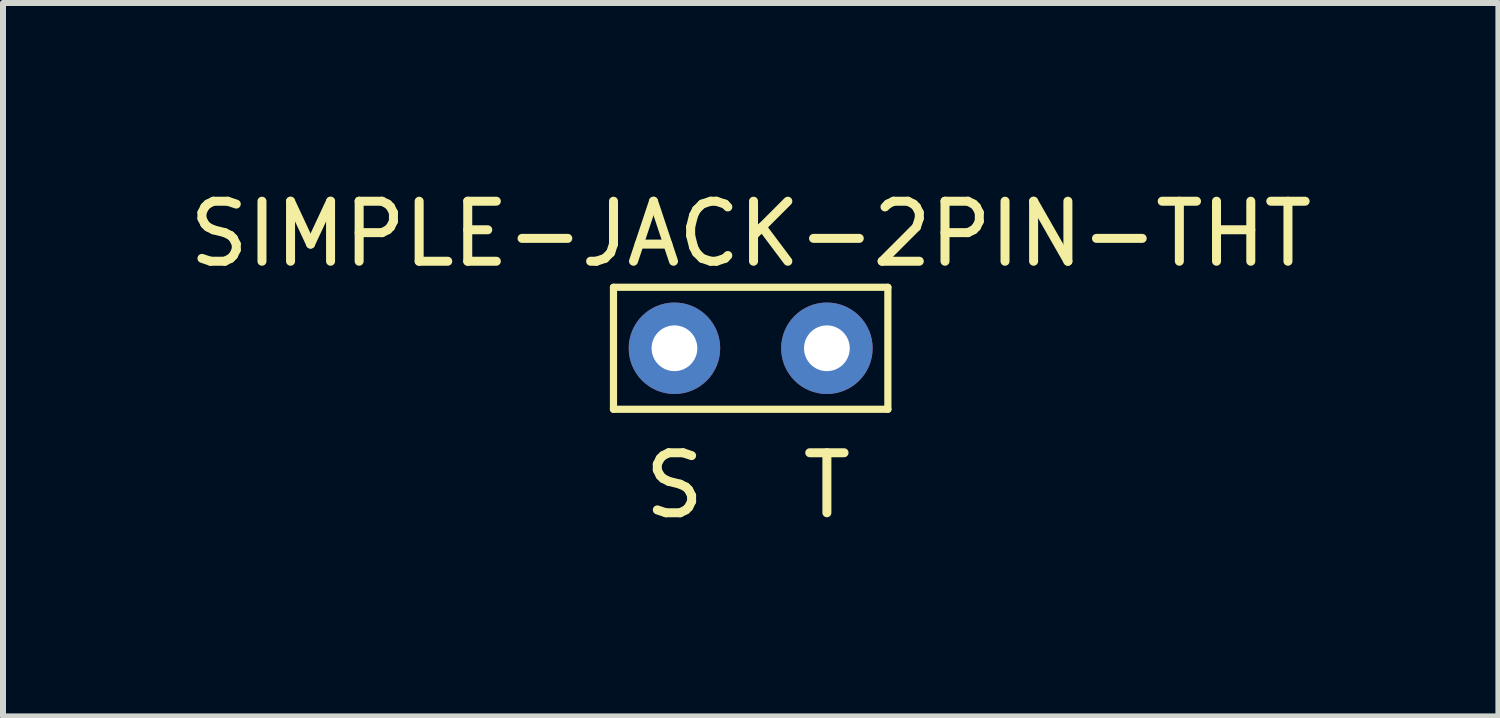
<source format=kicad_pcb>
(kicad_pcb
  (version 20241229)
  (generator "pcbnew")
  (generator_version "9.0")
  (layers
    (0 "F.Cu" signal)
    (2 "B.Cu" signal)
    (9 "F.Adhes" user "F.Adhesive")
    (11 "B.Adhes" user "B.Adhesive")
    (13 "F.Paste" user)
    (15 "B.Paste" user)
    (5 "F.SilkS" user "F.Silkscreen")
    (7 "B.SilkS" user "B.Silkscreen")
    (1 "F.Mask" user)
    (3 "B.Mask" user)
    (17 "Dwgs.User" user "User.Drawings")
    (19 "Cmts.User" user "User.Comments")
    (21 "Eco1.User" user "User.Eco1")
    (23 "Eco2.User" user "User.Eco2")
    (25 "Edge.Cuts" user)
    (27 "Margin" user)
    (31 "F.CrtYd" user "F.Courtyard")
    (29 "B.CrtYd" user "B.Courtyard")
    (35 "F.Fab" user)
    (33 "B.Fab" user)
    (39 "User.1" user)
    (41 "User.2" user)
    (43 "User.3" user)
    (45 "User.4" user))
  (footprint "SIMPLE-JACK-2PIN-THT"
    (layer "F.Cu")
    (at 9.458 2.753)
    (property "Reference" "SIMPLE-JACK-2PIN-THT" (at 0 -1.905 0) (layer "F.SilkS") (effects (font (size 1 1) (thickness 0.15))))
    (attr through_hole)
    (fp_line (start -2.286 -1.016) (end -2.286 1.016) (stroke (width 0.12) (type solid)) (layer "F.SilkS"))
    (fp_line (start -2.286 -1.016) (end 2.286 -1.016) (stroke (width 0.12) (type solid)) (layer "F.SilkS"))
    (fp_line (start 2.286 -1.016) (end 2.286 1.016) (stroke (width 0.12) (type solid)) (layer "F.SilkS"))
    (fp_line (start 2.286 1.016) (end -2.286 1.016) (stroke (width 0.12) (type solid)) (layer "F.SilkS"))
    (fp_text user "S" (at -1.27 2.286 0) (layer "F.SilkS") (effects (font (size 1 1) (thickness 0.15))))
    (fp_text user "T" (at 1.27 2.286 0) (layer "F.SilkS") (effects (font (size 1 1) (thickness 0.15))))
    (pad "S" thru_hole circle (at -1.27 0) (size 1.524 1.524) (drill 0.762) (layers "*.Cu" "*.Mask"))
    (pad "T" thru_hole circle (at 1.27 0) (size 1.524 1.524) (drill 0.762) (layers "*.Cu" "*.Mask")))
  (gr_rect
    (start -3 -3)
    (end 21.917 8.887)
    (stroke (width 0.1) (type default))
    (fill no)
    (layer "Edge.Cuts")))
</source>
